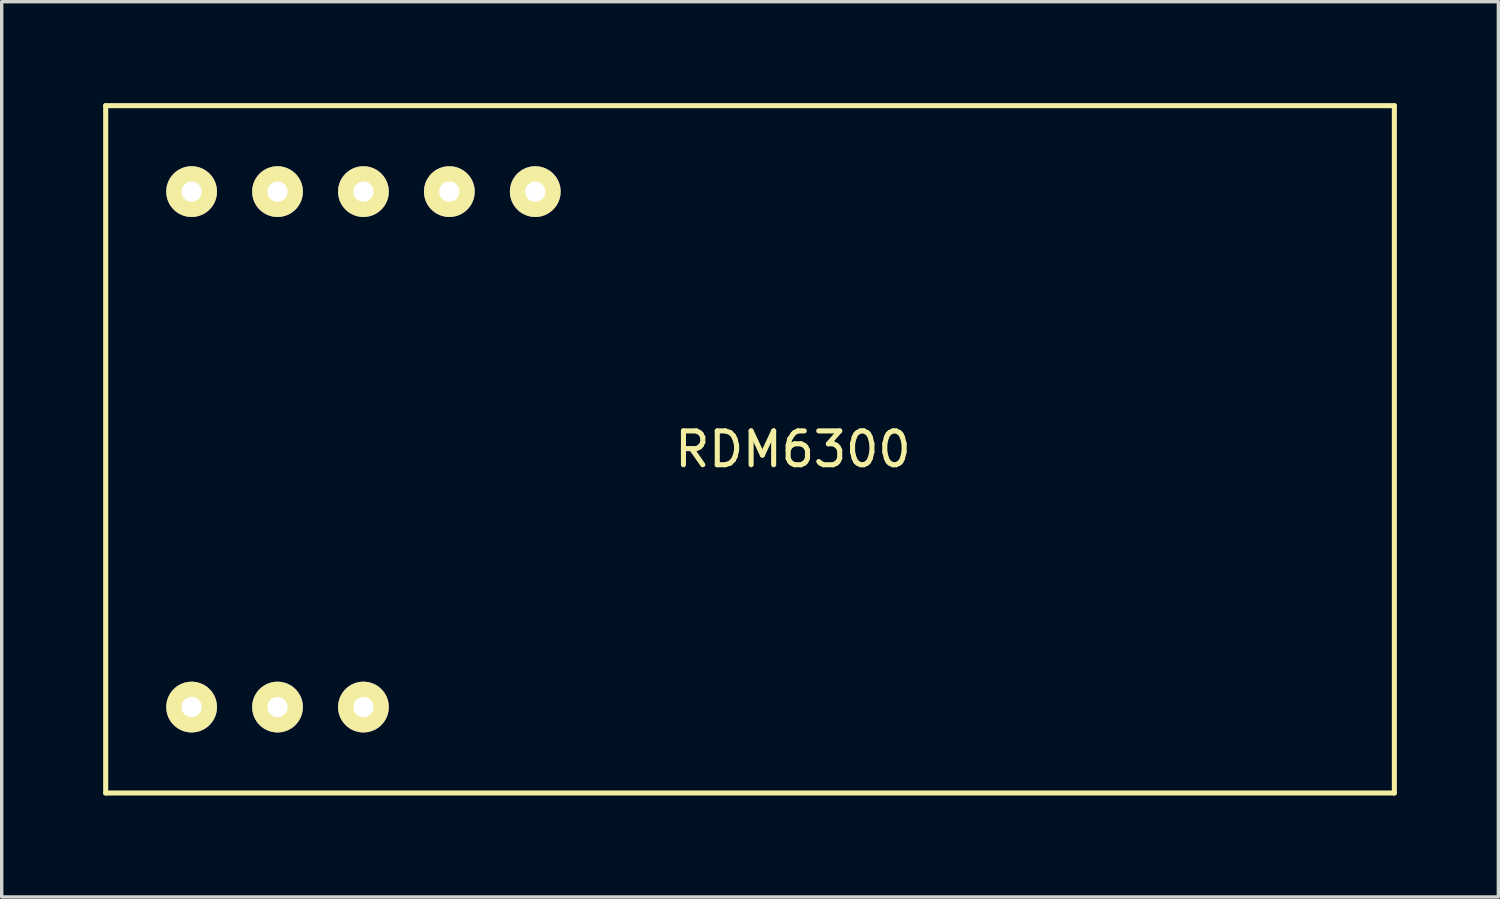
<source format=kicad_pcb>
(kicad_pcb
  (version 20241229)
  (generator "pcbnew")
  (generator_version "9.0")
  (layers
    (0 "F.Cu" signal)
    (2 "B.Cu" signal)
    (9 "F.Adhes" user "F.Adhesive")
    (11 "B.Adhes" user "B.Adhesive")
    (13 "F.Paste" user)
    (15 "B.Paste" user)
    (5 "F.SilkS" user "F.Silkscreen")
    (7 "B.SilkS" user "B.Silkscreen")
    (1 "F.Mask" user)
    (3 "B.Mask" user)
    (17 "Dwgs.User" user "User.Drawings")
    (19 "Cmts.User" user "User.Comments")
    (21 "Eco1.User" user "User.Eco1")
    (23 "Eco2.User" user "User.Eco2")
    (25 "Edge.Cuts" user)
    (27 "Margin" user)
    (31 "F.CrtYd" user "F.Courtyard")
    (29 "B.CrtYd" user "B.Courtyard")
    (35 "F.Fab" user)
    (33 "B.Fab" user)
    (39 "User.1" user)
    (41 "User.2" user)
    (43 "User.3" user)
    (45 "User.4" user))
  (footprint "RDM6300"
    (layer "F.Cu")
    (at 20.395 10.235)
    (property "Reference" "RDM6300" (at 0 0 0) (layer "F.SilkS") (effects (font (size 1 1) (thickness 0.15))))
    (attr through_hole)
    (fp_line (start -20.32 -10.16) (end -20.32 10.16) (stroke (width 0.15) (type solid)) (layer "F.SilkS"))
    (fp_line (start -20.32 10.16) (end 17.78 10.16) (stroke (width 0.15) (type solid)) (layer "F.SilkS"))
    (fp_line (start 17.78 -10.16) (end -20.32 -10.16) (stroke (width 0.15) (type solid)) (layer "F.SilkS"))
    (fp_line (start 17.78 10.16) (end 17.78 -10.16) (stroke (width 0.15) (type solid)) (layer "F.SilkS"))
    (pad "1" thru_hole circle (at -17.78 -7.62) (size 1.5 1.5) (drill 0.6) (layers "*.Cu" "*.Mask" "F.SilkS"))
    (pad "2" thru_hole circle (at -15.24 -7.62) (size 1.5 1.5) (drill 0.6) (layers "*.Cu" "*.Mask" "F.SilkS"))
    (pad "3" thru_hole circle (at -12.7 -7.62) (size 1.5 1.5) (drill 0.6) (layers "*.Cu" "*.Mask" "F.SilkS"))
    (pad "4" thru_hole circle (at -10.16 -7.62) (size 1.5 1.5) (drill 0.6) (layers "*.Cu" "*.Mask" "F.SilkS"))
    (pad "5" thru_hole circle (at -7.62 -7.62) (size 1.5 1.5) (drill 0.6) (layers "*.Cu" "*.Mask" "F.SilkS"))
    (pad "6" thru_hole circle (at -17.78 7.62) (size 1.5 1.5) (drill 0.6) (layers "*.Cu" "*.Mask" "F.SilkS"))
    (pad "7" thru_hole circle (at -15.24 7.62) (size 1.5 1.5) (drill 0.6) (layers "*.Cu" "*.Mask" "F.SilkS"))
    (pad "8" thru_hole circle (at -12.7 7.62) (size 1.5 1.5) (drill 0.6) (layers "*.Cu" "*.Mask" "F.SilkS")))
  (gr_rect
    (start -3 -3)
    (end 41.25 23.47)
    (stroke (width 0.1) (type default))
    (fill no)
    (layer "Edge.Cuts")))
</source>
